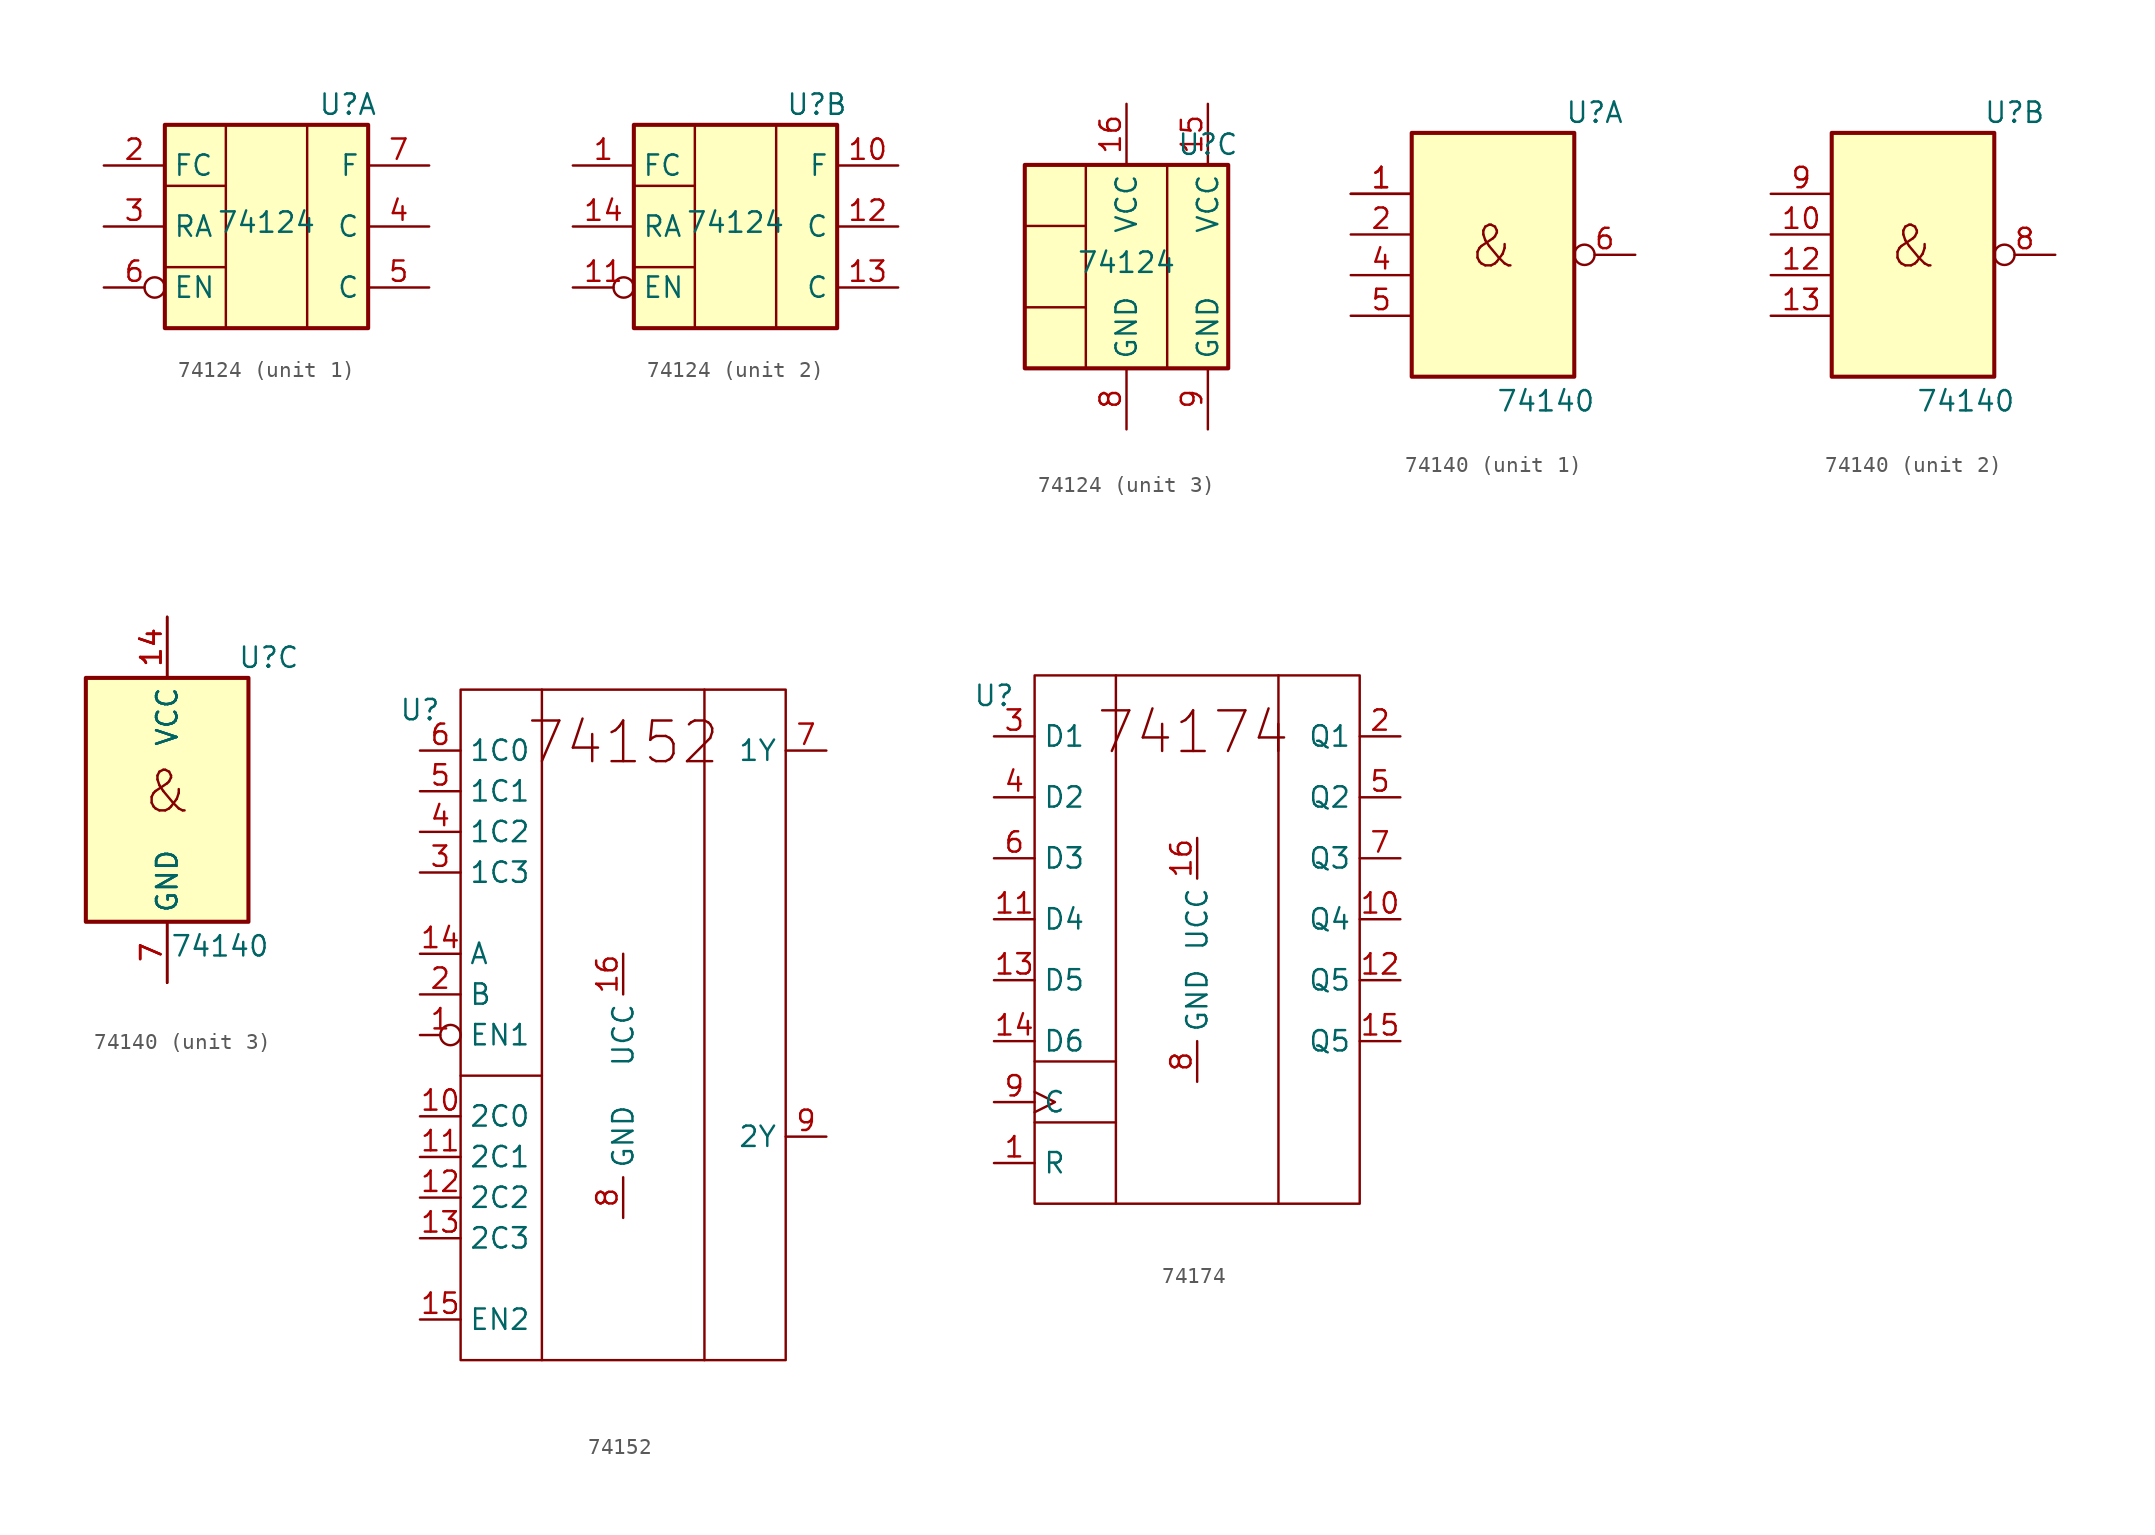
<source format=kicad_sym>
(kicad_symbol_lib
  (version 20231120)
  (generator "kicad_symbol_editor")
  (generator_version "8.0")
  (symbol "74124"
    (property "Reference" "U"
      (at 6.35 7.62 0)
      (effects (font (size 1.27 1.27))))
    (property "Value" "74124"
      (at 1.27 0.254 0)
      (effects (font (size 1.27 1.27))))
    (property "ki_locked" ""
      (at 0 0 0)
      (effects (font (size 1.27 1.27))))
    (symbol "74124_0_1"
      (rectangle (start -5.08 6.35) (end 7.62 -6.35) (stroke (width 0.254) (type default)) (fill (type background)))
      (polyline (pts (xy -1.27 -2.54) (xy -5.08 -2.54)) (stroke (width 0) (type default)) (fill (type none)))
      (polyline (pts (xy -1.27 2.54) (xy -5.08 2.54)) (stroke (width 0) (type default)) (fill (type none)))
      (polyline (pts (xy -1.27 6.35) (xy -1.27 -6.35)) (stroke (width 0) (type default)) (fill (type none)))
      (polyline (pts (xy 3.81 6.35) (xy 3.81 -6.35)) (stroke (width 0) (type default)) (fill (type none))))
    (symbol "74124_1_1"
      (pin input line (at -8.89 3.81 0) (length 3.81) (name "FC" (effects (font (size 1.27 1.27)))) (number "2" (effects (font (size 1.27 1.27)))))
      (pin input line (at -8.89 0 0) (length 3.81) (name "RA" (effects (font (size 1.27 1.27)))) (number "3" (effects (font (size 1.27 1.27)))))
      (pin output line (at 11.43 0 180) (length 3.81) (name "C" (effects (font (size 1.27 1.27)))) (number "4" (effects (font (size 1.27 1.27)))))
      (pin output line (at 11.43 -3.81 180) (length 3.81) (name "C" (effects (font (size 1.27 1.27)))) (number "5" (effects (font (size 1.27 1.27)))))
      (pin input inverted (at -8.89 -3.81 0) (length 3.81) (name "EN" (effects (font (size 1.27 1.27)))) (number "6" (effects (font (size 1.27 1.27)))))
      (pin output line (at 11.43 3.81 180) (length 3.81) (name "F" (effects (font (size 1.27 1.27)))) (number "7" (effects (font (size 1.27 1.27))))))
    (symbol "74124_2_1"
      (pin input line (at -8.89 3.81 0) (length 3.81) (name "FC" (effects (font (size 1.27 1.27)))) (number "1" (effects (font (size 1.27 1.27)))))
      (pin output line (at 11.43 3.81 180) (length 3.81) (name "F" (effects (font (size 1.27 1.27)))) (number "10" (effects (font (size 1.27 1.27)))))
      (pin input inverted (at -8.89 -3.81 0) (length 3.81) (name "EN" (effects (font (size 1.27 1.27)))) (number "11" (effects (font (size 1.27 1.27)))))
      (pin output line (at 11.43 0 180) (length 3.81) (name "C" (effects (font (size 1.27 1.27)))) (number "12" (effects (font (size 1.27 1.27)))))
      (pin output line (at 11.43 -3.81 180) (length 3.81) (name "C" (effects (font (size 1.27 1.27)))) (number "13" (effects (font (size 1.27 1.27)))))
      (pin input line (at -8.89 0 0) (length 3.81) (name "RA" (effects (font (size 1.27 1.27)))) (number "14" (effects (font (size 1.27 1.27))))))
    (symbol "74124_3_1"
      (pin power_in line (at 6.35 10.16 270) (length 3.81) (name "VCC" (effects (font (size 1.27 1.27)))) (number "15" (effects (font (size 1.27 1.27)))))
      (pin power_in line (at 1.27 10.16 270) (length 3.81) (name "VCC" (effects (font (size 1.27 1.27)))) (number "16" (effects (font (size 1.27 1.27)))))
      (pin power_in line (at 1.27 -10.16 90) (length 3.81) (name "GND" (effects (font (size 1.27 1.27)))) (number "8" (effects (font (size 1.27 1.27)))))
      (pin power_in line (at 6.35 -10.16 90) (length 3.81) (name "GND" (effects (font (size 1.27 1.27)))) (number "9" (effects (font (size 1.27 1.27)))))))
  (symbol "74140"
    (property "Reference" "U"
      (at 6.35 7.62 0)
      (effects (font (size 1.27 1.27))))
    (property "Value" "74140"
      (at 3.302 -10.414 0)
      (effects (font (size 1.27 1.27))))
    (property "ki_locked" ""
      (at 0 0 0)
      (effects (font (size 1.27 1.27))))
    (symbol "74140_0_0"
      (text "&" (at 0 -0.762 0) (effects (font (size 2.54 2.54)))))
    (symbol "74140_0_1"
      (rectangle (start -5.08 6.35) (end 5.08 -8.89) (stroke (width 0.254) (type default)) (fill (type background))))
    (symbol "74140_1_1"
      (pin input line (at -8.89 2.54 0) (length 3.81) (name "~" (effects (font (size 1.27 1.27)))) (number "1" (effects (font (size 1.27 1.27)))))
      (pin input line (at -8.89 2.54 0) (length 3.81) (name "~" (effects (font (size 1.27 1.27)))) (number "1" (effects (font (size 1.27 1.27)))))
      (pin input line (at -8.89 0 0) (length 3.81) (name "~" (effects (font (size 1.27 1.27)))) (number "2" (effects (font (size 1.27 1.27)))))
      (pin input line (at -8.89 0 0) (length 3.81) hide (name "~" (effects (font (size 1.27 1.27)))) (number "2" (effects (font (size 1.27 1.27)))))
      (pin input line (at -8.89 -2.54 0) (length 3.81) (name "~" (effects (font (size 1.27 1.27)))) (number "4" (effects (font (size 1.27 1.27)))))
      (pin input line (at -8.89 -5.08 0) (length 3.81) (name "~" (effects (font (size 1.27 1.27)))) (number "5" (effects (font (size 1.27 1.27)))))
      (pin output inverted (at 8.89 -1.27 180) (length 3.81) (name "~" (effects (font (size 1.27 1.27)))) (number "6" (effects (font (size 1.27 1.27))))))
    (symbol "74140_2_1"
      (pin input line (at -8.89 0 0) (length 3.81) (name "~" (effects (font (size 1.27 1.27)))) (number "10" (effects (font (size 1.27 1.27)))))
      (pin input line (at -8.89 -2.54 0) (length 3.81) (name "~" (effects (font (size 1.27 1.27)))) (number "12" (effects (font (size 1.27 1.27)))))
      (pin input line (at -8.89 -5.08 0) (length 3.81) (name "~" (effects (font (size 1.27 1.27)))) (number "13" (effects (font (size 1.27 1.27)))))
      (pin output inverted (at 8.89 -1.27 180) (length 3.81) (name "~" (effects (font (size 1.27 1.27)))) (number "8" (effects (font (size 1.27 1.27)))))
      (pin input line (at -8.89 2.54 0) (length 3.81) (name "~" (effects (font (size 1.27 1.27)))) (number "9" (effects (font (size 1.27 1.27))))))
    (symbol "74140_3_1"
      (pin power_in line (at 0 10.16 270) (length 3.81) (name "VCC" (effects (font (size 1.27 1.27)))) (number "14" (effects (font (size 1.27 1.27)))))
      (pin power_in line (at 0 10.16 270) (length 3.81) (name "VCC" (effects (font (size 1.27 1.27)))) (number "14" (effects (font (size 1.27 1.27)))))
      (pin power_in line (at 0 10.16 270) (length 3.81) (name "VCC" (effects (font (size 1.27 1.27)))) (number "14" (effects (font (size 1.27 1.27)))))
      (pin power_in line (at 0 -12.7 90) (length 3.81) (name "GND" (effects (font (size 1.27 1.27)))) (number "7" (effects (font (size 1.27 1.27)))))
      (pin power_in line (at 0 -12.7 90) (length 3.81) (name "GND" (effects (font (size 1.27 1.27)))) (number "7" (effects (font (size 1.27 1.27)))))
      (pin power_in line (at 0 -12.7 90) (length 3.81) (name "GND" (effects (font (size 1.27 1.27)))) (number "7" (effects (font (size 1.27 1.27)))))))
  (symbol "74152"
    (property "Reference" "U"
      (at 0 2.54 0)
      (effects (font (size 1.27 1.27))))
    (property "Value" ""
      (at 2.54 6.35 0)
      (effects (font (size 1.27 1.27))))
    (symbol "74152_0_1"
      (polyline (pts (xy 2.54 -20.32) (xy 7.62 -20.32)) (stroke (width 0) (type default)) (fill (type none)))
      (polyline (pts (xy 7.62 3.81) (xy 7.62 -38.1)) (stroke (width 0) (type default)) (fill (type none)))
      (polyline (pts (xy 17.78 3.81) (xy 17.78 -38.1)) (stroke (width 0) (type default)) (fill (type none)))
      (rectangle (start 2.54 3.81) (end 22.86 -38.1) (stroke (width 0) (type default)) (fill (type none))))
    (symbol "74152_1_1"
      (text "74152" (at 12.7 0.508 0) (effects (font (size 2.54 2.54))))
      (pin input inverted (at 0 -17.78 0) (length 2.54) (name "EN1" (effects (font (size 1.27 1.27)))) (number "1" (effects (font (size 1.27 1.27)))))
      (pin input line (at 0 -22.86 0) (length 2.54) (name "2C0" (effects (font (size 1.27 1.27)))) (number "10" (effects (font (size 1.27 1.27)))))
      (pin input line (at 0 -25.4 0) (length 2.54) (name "2C1" (effects (font (size 1.27 1.27)))) (number "11" (effects (font (size 1.27 1.27)))))
      (pin input line (at 0 -27.94 0) (length 2.54) (name "2C2" (effects (font (size 1.27 1.27)))) (number "12" (effects (font (size 1.27 1.27)))))
      (pin input line (at 0 -30.48 0) (length 2.54) (name "2C3" (effects (font (size 1.27 1.27)))) (number "13" (effects (font (size 1.27 1.27)))))
      (pin input line (at 0 -12.7 0) (length 2.54) (name "A" (effects (font (size 1.27 1.27)))) (number "14" (effects (font (size 1.27 1.27)))))
      (pin input line (at 0 -35.56 0) (length 2.54) (name "EN2" (effects (font (size 1.27 1.27)))) (number "15" (effects (font (size 1.27 1.27)))))
      (pin power_in line (at 12.7 -12.7 270) (length 2.54) (name "UCC" (effects (font (size 1.27 1.27)))) (number "16" (effects (font (size 1.27 1.27)))))
      (pin input line (at 0 -15.24 0) (length 2.54) (name "B" (effects (font (size 1.27 1.27)))) (number "2" (effects (font (size 1.27 1.27)))))
      (pin input line (at 0 -7.62 0) (length 2.54) (name "1C3" (effects (font (size 1.27 1.27)))) (number "3" (effects (font (size 1.27 1.27)))))
      (pin input line (at 0 -5.08 0) (length 2.54) (name "1C2" (effects (font (size 1.27 1.27)))) (number "4" (effects (font (size 1.27 1.27)))))
      (pin input line (at 0 -2.54 0) (length 2.54) (name "1C1" (effects (font (size 1.27 1.27)))) (number "5" (effects (font (size 1.27 1.27)))))
      (pin input line (at 0 0 0) (length 2.54) (name "1C0" (effects (font (size 1.27 1.27)))) (number "6" (effects (font (size 1.27 1.27)))))
      (pin output line (at 25.4 0 180) (length 2.54) (name "1Y" (effects (font (size 1.27 1.27)))) (number "7" (effects (font (size 1.27 1.27)))))
      (pin power_in line (at 12.7 -29.21 90) (length 2.54) (name "GND" (effects (font (size 1.27 1.27)))) (number "8" (effects (font (size 1.27 1.27)))))
      (pin output line (at 25.4 -24.13 180) (length 2.54) (name "2Y" (effects (font (size 1.27 1.27)))) (number "9" (effects (font (size 1.27 1.27)))))))
  (symbol "74174"
    (property "Reference" "U"
      (at 0 2.54 0)
      (effects (font (size 1.27 1.27))))
    (property "Value" ""
      (at 2.54 6.35 0)
      (effects (font (size 1.27 1.27))))
    (symbol "74174_0_1"
      (polyline (pts (xy 2.54 -24.13) (xy 7.62 -24.13)) (stroke (width 0) (type default)) (fill (type none)))
      (polyline (pts (xy 2.54 -20.32) (xy 7.62 -20.32)) (stroke (width 0) (type default)) (fill (type none)))
      (polyline (pts (xy 7.62 3.81) (xy 7.62 -29.21)) (stroke (width 0) (type default)) (fill (type none)))
      (polyline (pts (xy 17.78 3.81) (xy 17.78 -29.21)) (stroke (width 0) (type default)) (fill (type none)))
      (rectangle (start 2.54 3.81) (end 22.86 -29.21) (stroke (width 0) (type default)) (fill (type none))))
    (symbol "74174_1_1"
      (text "74174" (at 12.446 0.254 0) (effects (font (size 2.54 2.54))))
      (pin input line (at 0 -26.67 0) (length 2.54) (name "R" (effects (font (size 1.27 1.27)))) (number "1" (effects (font (size 1.27 1.27)))))
      (pin output line (at 25.4 -11.43 180) (length 2.54) (name "Q4" (effects (font (size 1.27 1.27)))) (number "10" (effects (font (size 1.27 1.27)))))
      (pin input line (at 0 -11.43 0) (length 2.54) (name "D4" (effects (font (size 1.27 1.27)))) (number "11" (effects (font (size 1.27 1.27)))))
      (pin output line (at 25.4 -15.24 180) (length 2.54) (name "Q5" (effects (font (size 1.27 1.27)))) (number "12" (effects (font (size 1.27 1.27)))))
      (pin input line (at 0 -15.24 0) (length 2.54) (name "D5" (effects (font (size 1.27 1.27)))) (number "13" (effects (font (size 1.27 1.27)))))
      (pin input line (at 0 -19.05 0) (length 2.54) (name "D6" (effects (font (size 1.27 1.27)))) (number "14" (effects (font (size 1.27 1.27)))))
      (pin output line (at 25.4 -19.05 180) (length 2.54) (name "Q5" (effects (font (size 1.27 1.27)))) (number "15" (effects (font (size 1.27 1.27)))))
      (pin power_in line (at 12.7 -6.35 270) (length 2.54) (name "UCC" (effects (font (size 1.27 1.27)))) (number "16" (effects (font (size 1.27 1.27)))))
      (pin output line (at 25.4 0 180) (length 2.54) (name "Q1" (effects (font (size 1.27 1.27)))) (number "2" (effects (font (size 1.27 1.27)))))
      (pin input line (at 0 0 0) (length 2.54) (name "D1" (effects (font (size 1.27 1.27)))) (number "3" (effects (font (size 1.27 1.27)))))
      (pin input line (at 0 -3.81 0) (length 2.54) (name "D2" (effects (font (size 1.27 1.27)))) (number "4" (effects (font (size 1.27 1.27)))))
      (pin output line (at 25.4 -3.81 180) (length 2.54) (name "Q2" (effects (font (size 1.27 1.27)))) (number "5" (effects (font (size 1.27 1.27)))))
      (pin input line (at 0 -7.62 0) (length 2.54) (name "D3" (effects (font (size 1.27 1.27)))) (number "6" (effects (font (size 1.27 1.27)))))
      (pin output line (at 25.4 -7.62 180) (length 2.54) (name "Q3" (effects (font (size 1.27 1.27)))) (number "7" (effects (font (size 1.27 1.27)))))
      (pin power_in line (at 12.7 -21.59 90) (length 2.54) (name "GND" (effects (font (size 1.27 1.27)))) (number "8" (effects (font (size 1.27 1.27)))))
      (pin input clock (at 0 -22.86 0) (length 2.54) (name "C" (effects (font (size 1.27 1.27)))) (number "9" (effects (font (size 1.27 1.27))))))))
</source>
